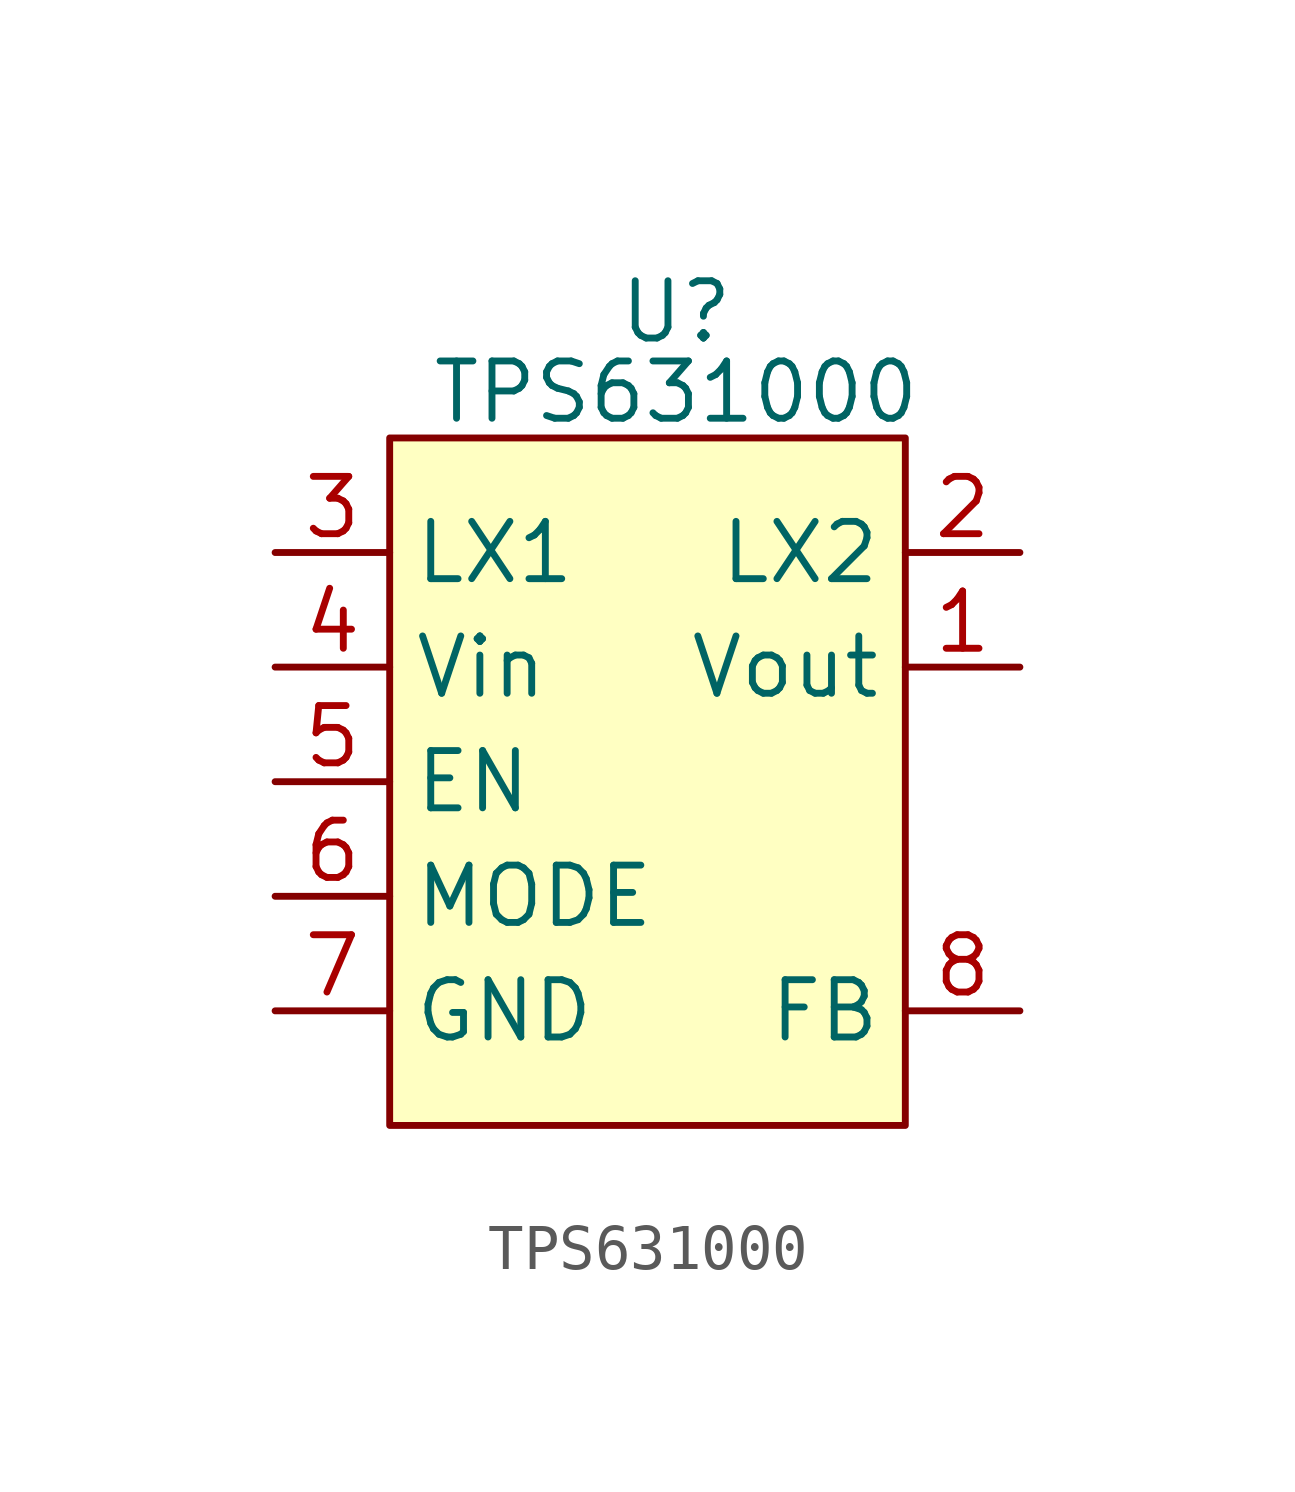
<source format=kicad_sym>
(kicad_symbol_lib
  (version 20231120)
  (generator "kicad_symbol_editor")
  (generator_version "8.0")
  (symbol "TPS631000"
    (property "Reference" "U"
      (at 0 2.794 0)
      (effects (font (size 1.27 1.27))))
    (property "Value" "TPS631000"
      (at 0 1.016 0)
      (effects (font (size 1.27 1.27))))
    (symbol "TPS631000_1_1"
      (rectangle (start -6.35 0) (end 5.08 -15.24) (stroke (width 0) (type default)) (fill (type background)))
      (pin input line (at 7.62 -5.08 180) (length 2.54) (name "Vout" (effects (font (size 1.27 1.27)))) (number "1" (effects (font (size 1.27 1.27)))))
      (pin input line (at 7.62 -2.54 180) (length 2.54) (name "LX2" (effects (font (size 1.27 1.27)))) (number "2" (effects (font (size 1.27 1.27)))))
      (pin input line (at -8.89 -2.54 0) (length 2.54) (name "LX1" (effects (font (size 1.27 1.27)))) (number "3" (effects (font (size 1.27 1.27)))))
      (pin input line (at -8.89 -5.08 0) (length 2.54) (name "Vin" (effects (font (size 1.27 1.27)))) (number "4" (effects (font (size 1.27 1.27)))))
      (pin input line (at -8.89 -7.62 0) (length 2.54) (name "EN" (effects (font (size 1.27 1.27)))) (number "5" (effects (font (size 1.27 1.27)))))
      (pin input line (at -8.89 -10.16 0) (length 2.54) (name "MODE" (effects (font (size 1.27 1.27)))) (number "6" (effects (font (size 1.27 1.27)))))
      (pin input line (at -8.89 -12.7 0) (length 2.54) (name "GND" (effects (font (size 1.27 1.27)))) (number "7" (effects (font (size 1.27 1.27)))))
      (pin input line (at 7.62 -12.7 180) (length 2.54) (name "FB" (effects (font (size 1.27 1.27)))) (number "8" (effects (font (size 1.27 1.27))))))))
</source>
